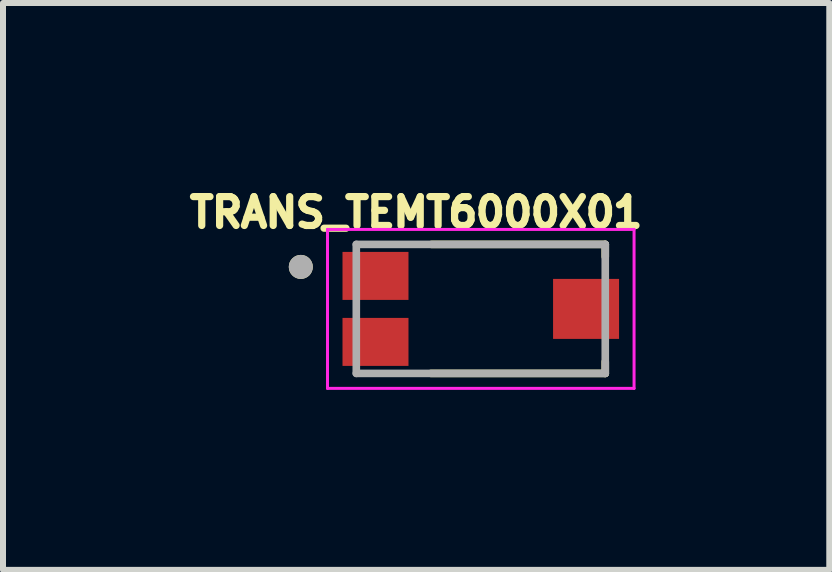
<source format=kicad_pcb>
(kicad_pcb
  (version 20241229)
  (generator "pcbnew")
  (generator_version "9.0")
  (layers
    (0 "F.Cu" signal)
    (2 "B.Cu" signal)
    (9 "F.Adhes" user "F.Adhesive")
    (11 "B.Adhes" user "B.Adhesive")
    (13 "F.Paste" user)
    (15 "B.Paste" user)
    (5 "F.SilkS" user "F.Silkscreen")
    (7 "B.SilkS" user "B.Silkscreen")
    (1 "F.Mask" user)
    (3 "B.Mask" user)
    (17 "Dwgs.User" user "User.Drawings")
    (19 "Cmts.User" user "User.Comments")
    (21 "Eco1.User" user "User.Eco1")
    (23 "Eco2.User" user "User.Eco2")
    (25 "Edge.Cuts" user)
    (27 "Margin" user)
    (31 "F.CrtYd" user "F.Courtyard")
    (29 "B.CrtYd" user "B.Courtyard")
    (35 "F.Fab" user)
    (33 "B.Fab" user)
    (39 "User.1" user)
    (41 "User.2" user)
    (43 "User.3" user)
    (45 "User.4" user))
  (footprint "TRANS_TEMT6000X01"
    (layer "F.Cu")
    (at 4.964 2.099)
    (property "Reference" "TRANS_TEMT6000X01" (at -1.078 -1.607 0) (layer "F.SilkS") (effects (font (size 0.481 0.481) (thickness 0.15))))
    (attr smd)
    (fp_line (start -0.82 -1.075) (end 2.075 -1.075) (stroke (width 0.127) (type solid)) (layer "F.SilkS"))
    (fp_line (start 2.075 -1.075) (end 2.075 -0.87) (stroke (width 0.127) (type solid)) (layer "F.SilkS"))
    (fp_line (start 2.075 0.88) (end 2.075 1.075) (stroke (width 0.127) (type solid)) (layer "F.SilkS"))
    (fp_line (start 2.075 1.075) (end -0.83 1.075) (stroke (width 0.127) (type solid)) (layer "F.SilkS"))
    (fp_circle (center -3 -0.7) (end -2.9 -0.7) (stroke (width 0.2) (type solid)) (fill no) (layer "F.SilkS"))
    (fp_line (start -2.555 -1.325) (end 2.555 -1.325) (stroke (width 0.05) (type solid)) (layer "F.CrtYd"))
    (fp_line (start -2.555 1.325) (end -2.555 -1.325) (stroke (width 0.05) (type solid)) (layer "F.CrtYd"))
    (fp_line (start 2.555 -1.325) (end 2.555 1.325) (stroke (width 0.05) (type solid)) (layer "F.CrtYd"))
    (fp_line (start 2.555 1.325) (end -2.555 1.325) (stroke (width 0.05) (type solid)) (layer "F.CrtYd"))
    (fp_line (start -2.075 -1.075) (end 2.075 -1.075) (stroke (width 0.127) (type solid)) (layer "F.Fab"))
    (fp_line (start -2.075 1.075) (end -2.075 -1.075) (stroke (width 0.127) (type solid)) (layer "F.Fab"))
    (fp_line (start 2.075 -1.075) (end 2.075 1.075) (stroke (width 0.127) (type solid)) (layer "F.Fab"))
    (fp_line (start 2.075 1.075) (end -2.075 1.075) (stroke (width 0.127) (type solid)) (layer "F.Fab"))
    (fp_circle (center -3 -0.7) (end -2.9 -0.7) (stroke (width 0.2) (type solid)) (fill no) (layer "F.Fab"))
    (pad "1" smd rect (at -1.755 -0.55) (size 1.1 0.8) (layers "F.Cu" "F.Mask" "F.Paste"))
    (pad "2" smd rect (at -1.755 0.55) (size 1.1 0.8) (layers "F.Cu" "F.Mask" "F.Paste"))
    (pad "3" smd rect (at 1.755 0) (size 1.1 1) (layers "F.Cu" "F.Mask" "F.Paste")))
  (gr_rect
    (start -3 -3)
    (end 10.773 6.449)
    (stroke (width 0.1) (type default))
    (fill no)
    (layer "Edge.Cuts")))
</source>
